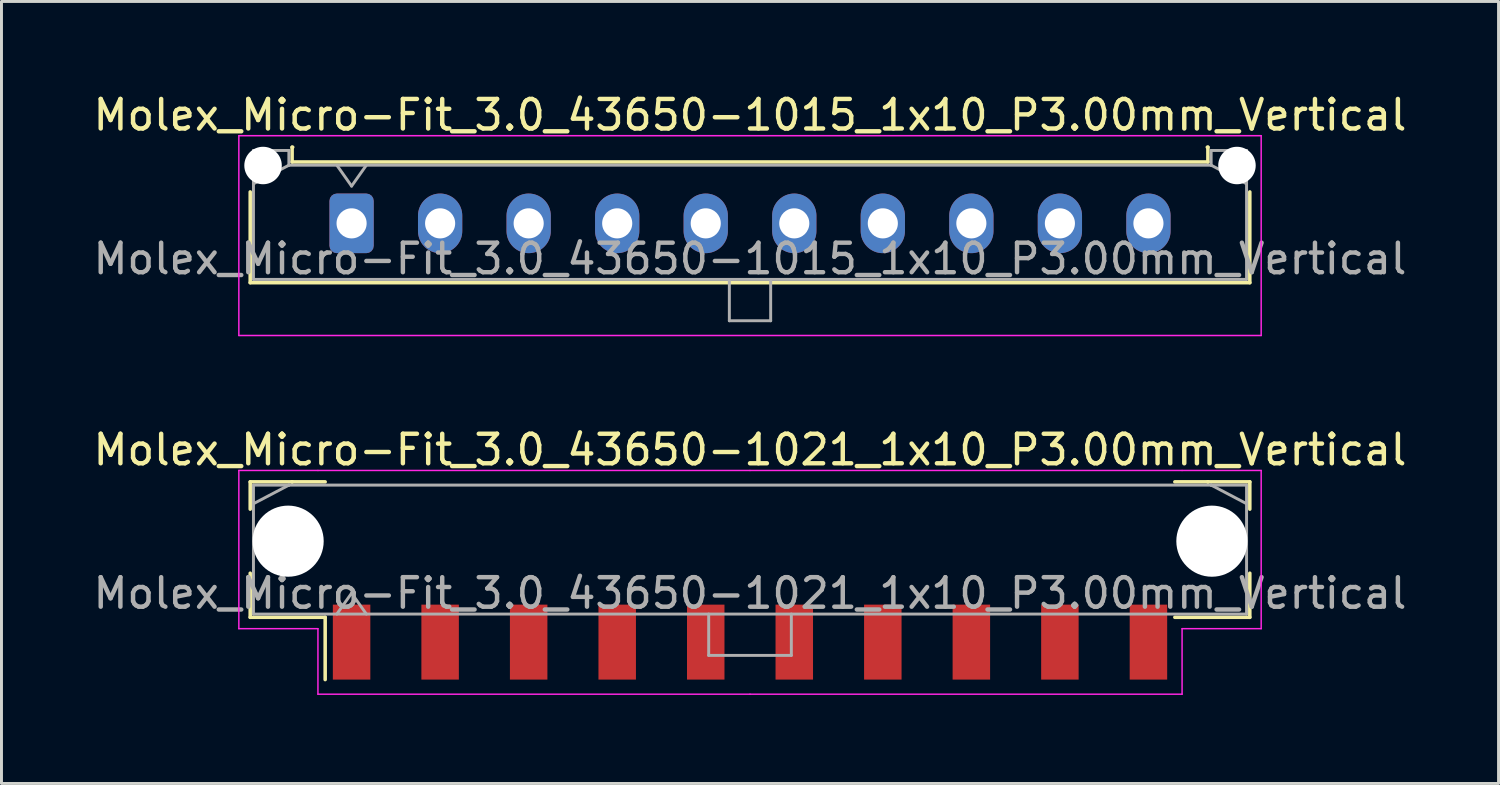
<source format=kicad_pcb>
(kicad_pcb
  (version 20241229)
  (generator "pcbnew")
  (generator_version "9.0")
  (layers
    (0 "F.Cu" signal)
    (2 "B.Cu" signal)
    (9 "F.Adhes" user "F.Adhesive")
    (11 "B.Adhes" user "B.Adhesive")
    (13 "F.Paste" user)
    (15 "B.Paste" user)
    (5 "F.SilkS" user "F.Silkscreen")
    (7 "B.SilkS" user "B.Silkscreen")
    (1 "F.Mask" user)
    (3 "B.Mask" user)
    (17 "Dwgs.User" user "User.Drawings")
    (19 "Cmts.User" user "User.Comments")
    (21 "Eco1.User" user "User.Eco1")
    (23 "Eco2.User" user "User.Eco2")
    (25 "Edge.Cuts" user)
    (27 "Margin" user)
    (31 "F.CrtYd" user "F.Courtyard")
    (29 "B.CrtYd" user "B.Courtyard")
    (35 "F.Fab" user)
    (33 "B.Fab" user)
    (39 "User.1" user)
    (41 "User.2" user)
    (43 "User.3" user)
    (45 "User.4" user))
  (footprint "Molex_Micro-Fit_3.0_43650-1021_1x10_P3.00mm_Vertical"
    (layer "F.Cu")
    (at 22.363 15.572)
    (property "Reference" "Molex_Micro-Fit_3.0_43650-1021_1x10_P3.00mm_Vertical" (at 0 -3.38 0) (layer "F.SilkS") (effects (font (size 1 1) (thickness 0.15))))
    (attr smd)
    (fp_line (start -16.935 -2.295) (end -15.515 -2.295) (stroke (width 0.12) (type solid)) (layer "F.SilkS"))
    (fp_line (start -16.935 -1.37) (end -16.935 -2.295) (stroke (width 0.12) (type solid)) (layer "F.SilkS"))
    (fp_line (start -16.935 0.8) (end -16.935 2.295) (stroke (width 0.12) (type solid)) (layer "F.SilkS"))
    (fp_line (start -16.935 2.295) (end -14.395 2.295) (stroke (width 0.12) (type solid)) (layer "F.SilkS"))
    (fp_line (start -15.515 -2.295) (end -15.515 -2.295) (stroke (width 0.12) (type solid)) (layer "F.SilkS"))
    (fp_line (start -15.515 -2.295) (end -14.395 -2.295) (stroke (width 0.12) (type solid)) (layer "F.SilkS"))
    (fp_line (start -14.395 2.295) (end -14.395 4.405) (stroke (width 0.12) (type solid)) (layer "F.SilkS"))
    (fp_line (start 15.515 -2.295) (end 14.395 -2.295) (stroke (width 0.12) (type solid)) (layer "F.SilkS"))
    (fp_line (start 15.515 -2.295) (end 15.515 -2.295) (stroke (width 0.12) (type solid)) (layer "F.SilkS"))
    (fp_line (start 16.935 -2.295) (end 15.515 -2.295) (stroke (width 0.12) (type solid)) (layer "F.SilkS"))
    (fp_line (start 16.935 -1.37) (end 16.935 -2.295) (stroke (width 0.12) (type solid)) (layer "F.SilkS"))
    (fp_line (start 16.935 0.8) (end 16.935 2.295) (stroke (width 0.12) (type solid)) (layer "F.SilkS"))
    (fp_line (start 16.935 2.295) (end 14.395 2.295) (stroke (width 0.12) (type solid)) (layer "F.SilkS"))
    (fp_line (start -17.32 -2.68) (end -17.32 2.68) (stroke (width 0.05) (type solid)) (layer "F.CrtYd"))
    (fp_line (start -17.32 2.68) (end -14.64 2.68) (stroke (width 0.05) (type solid)) (layer "F.CrtYd"))
    (fp_line (start -14.64 -2.68) (end -17.32 -2.68) (stroke (width 0.05) (type solid)) (layer "F.CrtYd"))
    (fp_line (start -14.64 2.68) (end -14.64 4.9) (stroke (width 0.05) (type solid)) (layer "F.CrtYd"))
    (fp_line (start -14.64 4.9) (end 0 4.9) (stroke (width 0.05) (type solid)) (layer "F.CrtYd"))
    (fp_line (start 0 -2.68) (end -14.64 -2.68) (stroke (width 0.05) (type solid)) (layer "F.CrtYd"))
    (fp_line (start 0 -2.68) (end 14.64 -2.68) (stroke (width 0.05) (type solid)) (layer "F.CrtYd"))
    (fp_line (start 14.64 -2.68) (end 17.32 -2.68) (stroke (width 0.05) (type solid)) (layer "F.CrtYd"))
    (fp_line (start 14.64 2.68) (end 14.64 4.9) (stroke (width 0.05) (type solid)) (layer "F.CrtYd"))
    (fp_line (start 14.64 4.9) (end 0 4.9) (stroke (width 0.05) (type solid)) (layer "F.CrtYd"))
    (fp_line (start 17.32 -2.68) (end 17.32 2.68) (stroke (width 0.05) (type solid)) (layer "F.CrtYd"))
    (fp_line (start 17.32 2.68) (end 14.64 2.68) (stroke (width 0.05) (type solid)) (layer "F.CrtYd"))
    (fp_line (start -16.825 -2.185) (end -16.825 2.185) (stroke (width 0.1) (type solid)) (layer "F.Fab"))
    (fp_line (start -16.825 -1.555) (end -15.625 -2.185) (stroke (width 0.1) (type solid)) (layer "F.Fab"))
    (fp_line (start -16.825 2.185) (end 16.825 2.185) (stroke (width 0.1) (type solid)) (layer "F.Fab"))
    (fp_line (start -15.625 -2.185) (end -16.825 -2.185) (stroke (width 0.1) (type solid)) (layer "F.Fab"))
    (fp_line (start -15.625 -2.185) (end -15.625 -2.185) (stroke (width 0.1) (type solid)) (layer "F.Fab"))
    (fp_line (start -14 2.185) (end -13.5 1.478) (stroke (width 0.1) (type solid)) (layer "F.Fab"))
    (fp_line (start -13.5 1.478) (end -13 2.185) (stroke (width 0.1) (type solid)) (layer "F.Fab"))
    (fp_line (start -1.4 2.185) (end -1.4 3.585) (stroke (width 0.1) (type solid)) (layer "F.Fab"))
    (fp_line (start -1.4 3.585) (end 1.4 3.585) (stroke (width 0.1) (type solid)) (layer "F.Fab"))
    (fp_line (start 1.4 3.585) (end 1.4 2.185) (stroke (width 0.1) (type solid)) (layer "F.Fab"))
    (fp_line (start 15.625 -2.185) (end -15.625 -2.185) (stroke (width 0.1) (type solid)) (layer "F.Fab"))
    (fp_line (start 15.625 -2.185) (end 15.625 -2.185) (stroke (width 0.1) (type solid)) (layer "F.Fab"))
    (fp_line (start 16.825 -2.185) (end 15.625 -2.185) (stroke (width 0.1) (type solid)) (layer "F.Fab"))
    (fp_line (start 16.825 -1.555) (end 15.625 -2.185) (stroke (width 0.1) (type solid)) (layer "F.Fab"))
    (fp_line (start 16.825 2.185) (end 16.825 -2.185) (stroke (width 0.1) (type solid)) (layer "F.Fab"))
    (fp_text user "${REFERENCE}" (at 0 1.48 0) (layer "F.Fab") (effects (font (size 1 1) (thickness 0.15))))
    (pad "" np_thru_hole circle (at -15.65 -0.285) (size 2.41 2.41) (drill 2.41) (layers "*.Cu" "*.Mask"))
    (pad "" np_thru_hole circle (at 15.65 -0.285) (size 2.41 2.41) (drill 2.41) (layers "*.Cu" "*.Mask"))
    (pad "1" smd rect (at -13.5 3.135) (size 1.27 2.54) (layers "F.Cu" "F.Mask" "F.Paste"))
    (pad "2" smd rect (at -10.5 3.135) (size 1.27 2.54) (layers "F.Cu" "F.Mask" "F.Paste"))
    (pad "3" smd rect (at -7.5 3.135) (size 1.27 2.54) (layers "F.Cu" "F.Mask" "F.Paste"))
    (pad "4" smd rect (at -4.5 3.135) (size 1.27 2.54) (layers "F.Cu" "F.Mask" "F.Paste"))
    (pad "5" smd rect (at -1.5 3.135) (size 1.27 2.54) (layers "F.Cu" "F.Mask" "F.Paste"))
    (pad "6" smd rect (at 1.5 3.135) (size 1.27 2.54) (layers "F.Cu" "F.Mask" "F.Paste"))
    (pad "7" smd rect (at 4.5 3.135) (size 1.27 2.54) (layers "F.Cu" "F.Mask" "F.Paste"))
    (pad "8" smd rect (at 7.5 3.135) (size 1.27 2.54) (layers "F.Cu" "F.Mask" "F.Paste"))
    (pad "9" smd rect (at 10.5 3.135) (size 1.27 2.54) (layers "F.Cu" "F.Mask" "F.Paste"))
    (pad "10" smd rect (at 13.5 3.135) (size 1.27 2.54) (layers "F.Cu" "F.Mask" "F.Paste")))
  (footprint "Molex_Micro-Fit_3.0_43650-1015_1x10_P3.00mm_Vertical"
    (layer "F.Cu")
    (at 8.863 4.518)
    (property "Reference" "Molex_Micro-Fit_3.0_43650-1015_1x10_P3.00mm_Vertical" (at 13.5 -3.67 0) (layer "F.SilkS") (effects (font (size 1 1) (thickness 0.15))))
    (attr through_hole)
    (fp_line (start -3.435 -1.065) (end -3.435 2.01) (stroke (width 0.12) (type solid)) (layer "F.SilkS"))
    (fp_line (start -3.435 2.01) (end 30.435 2.01) (stroke (width 0.12) (type solid)) (layer "F.SilkS"))
    (fp_line (start -2.015 -2.58) (end -2.015 -2.08) (stroke (width 0.12) (type solid)) (layer "F.SilkS"))
    (fp_line (start -2.015 -2.08) (end 29.015 -2.08) (stroke (width 0.12) (type solid)) (layer "F.SilkS"))
    (fp_line (start -1.995 -2.58) (end -2.015 -2.58) (stroke (width 0.12) (type solid)) (layer "F.SilkS"))
    (fp_line (start 29.015 -2.58) (end 28.995 -2.58) (stroke (width 0.12) (type solid)) (layer "F.SilkS"))
    (fp_line (start 29.015 -2.08) (end 29.015 -2.58) (stroke (width 0.12) (type solid)) (layer "F.SilkS"))
    (fp_line (start 30.435 2.01) (end 30.435 -1.065) (stroke (width 0.12) (type solid)) (layer "F.SilkS"))
    (fp_line (start -3.82 -2.97) (end 30.82 -2.97) (stroke (width 0.05) (type solid)) (layer "F.CrtYd"))
    (fp_line (start -3.82 3.8) (end -3.82 -2.97) (stroke (width 0.05) (type solid)) (layer "F.CrtYd"))
    (fp_line (start 30.82 -2.97) (end 30.82 3.8) (stroke (width 0.05) (type solid)) (layer "F.CrtYd"))
    (fp_line (start 30.82 3.8) (end -3.82 3.8) (stroke (width 0.05) (type solid)) (layer "F.CrtYd"))
    (fp_line (start -3.325 -2.47) (end -3.325 1.9) (stroke (width 0.1) (type solid)) (layer "F.Fab"))
    (fp_line (start -3.325 -1.34) (end -2.125 -1.97) (stroke (width 0.1) (type solid)) (layer "F.Fab"))
    (fp_line (start -3.325 1.9) (end 30.325 1.9) (stroke (width 0.1) (type solid)) (layer "F.Fab"))
    (fp_line (start -2.125 -2.47) (end -3.325 -2.47) (stroke (width 0.1) (type solid)) (layer "F.Fab"))
    (fp_line (start -2.125 -1.97) (end -2.125 -2.47) (stroke (width 0.1) (type solid)) (layer "F.Fab"))
    (fp_line (start -0.5 -1.97) (end 0 -1.263) (stroke (width 0.1) (type solid)) (layer "F.Fab"))
    (fp_line (start 0 -1.263) (end 0.5 -1.97) (stroke (width 0.1) (type solid)) (layer "F.Fab"))
    (fp_line (start 12.8 1.9) (end 12.8 3.3) (stroke (width 0.1) (type solid)) (layer "F.Fab"))
    (fp_line (start 12.8 3.3) (end 14.2 3.3) (stroke (width 0.1) (type solid)) (layer "F.Fab"))
    (fp_line (start 14.2 3.3) (end 14.2 1.9) (stroke (width 0.1) (type solid)) (layer "F.Fab"))
    (fp_line (start 29.125 -2.47) (end 29.125 -1.97) (stroke (width 0.1) (type solid)) (layer "F.Fab"))
    (fp_line (start 29.125 -1.97) (end -2.125 -1.97) (stroke (width 0.1) (type solid)) (layer "F.Fab"))
    (fp_line (start 30.325 -2.47) (end 29.125 -2.47) (stroke (width 0.1) (type solid)) (layer "F.Fab"))
    (fp_line (start 30.325 -1.34) (end 29.125 -1.97) (stroke (width 0.1) (type solid)) (layer "F.Fab"))
    (fp_line (start 30.325 1.9) (end 30.325 -2.47) (stroke (width 0.1) (type solid)) (layer "F.Fab"))
    (fp_text user "${REFERENCE}" (at 13.5 1.2 0) (layer "F.Fab") (effects (font (size 1 1) (thickness 0.15))))
    (pad "" np_thru_hole circle (at -3 -1.96) (size 1.27 1.27) (drill 1.27) (layers "*.Cu" "*.Mask"))
    (pad "" np_thru_hole circle (at 30 -1.96) (size 1.27 1.27) (drill 1.27) (layers "*.Cu" "*.Mask"))
    (pad "1" thru_hole roundrect (at 0 0) (size 1.5 2.02) (drill 1.02) (layers "*.Cu" "*.Mask") (roundrect_rratio 0.167))
    (pad "2" thru_hole oval (at 3 0) (size 1.5 2.02) (drill 1.02) (layers "*.Cu" "*.Mask"))
    (pad "3" thru_hole oval (at 6 0) (size 1.5 2.02) (drill 1.02) (layers "*.Cu" "*.Mask"))
    (pad "4" thru_hole oval (at 9 0) (size 1.5 2.02) (drill 1.02) (layers "*.Cu" "*.Mask"))
    (pad "5" thru_hole oval (at 12 0) (size 1.5 2.02) (drill 1.02) (layers "*.Cu" "*.Mask"))
    (pad "6" thru_hole oval (at 15 0) (size 1.5 2.02) (drill 1.02) (layers "*.Cu" "*.Mask"))
    (pad "7" thru_hole oval (at 18 0) (size 1.5 2.02) (drill 1.02) (layers "*.Cu" "*.Mask"))
    (pad "8" thru_hole oval (at 21 0) (size 1.5 2.02) (drill 1.02) (layers "*.Cu" "*.Mask"))
    (pad "9" thru_hole oval (at 24 0) (size 1.5 2.02) (drill 1.02) (layers "*.Cu" "*.Mask"))
    (pad "10" thru_hole oval (at 27 0) (size 1.5 2.02) (drill 1.02) (layers "*.Cu" "*.Mask")))
  (gr_rect
    (start -3 -3)
    (end 47.726 23.497)
    (stroke (width 0.1) (type default))
    (fill no)
    (layer "Edge.Cuts")))
</source>
